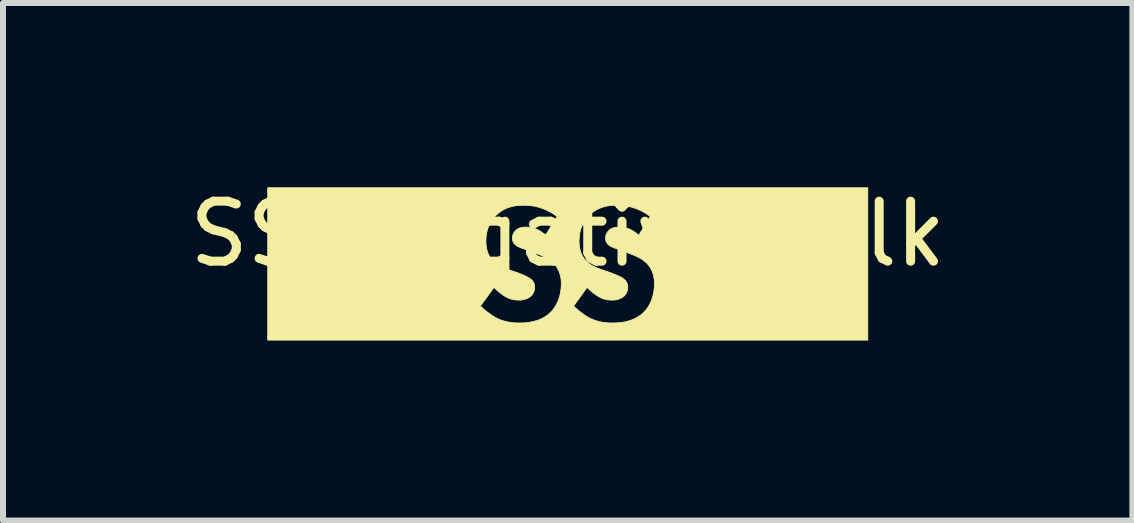
<source format=kicad_pcb>
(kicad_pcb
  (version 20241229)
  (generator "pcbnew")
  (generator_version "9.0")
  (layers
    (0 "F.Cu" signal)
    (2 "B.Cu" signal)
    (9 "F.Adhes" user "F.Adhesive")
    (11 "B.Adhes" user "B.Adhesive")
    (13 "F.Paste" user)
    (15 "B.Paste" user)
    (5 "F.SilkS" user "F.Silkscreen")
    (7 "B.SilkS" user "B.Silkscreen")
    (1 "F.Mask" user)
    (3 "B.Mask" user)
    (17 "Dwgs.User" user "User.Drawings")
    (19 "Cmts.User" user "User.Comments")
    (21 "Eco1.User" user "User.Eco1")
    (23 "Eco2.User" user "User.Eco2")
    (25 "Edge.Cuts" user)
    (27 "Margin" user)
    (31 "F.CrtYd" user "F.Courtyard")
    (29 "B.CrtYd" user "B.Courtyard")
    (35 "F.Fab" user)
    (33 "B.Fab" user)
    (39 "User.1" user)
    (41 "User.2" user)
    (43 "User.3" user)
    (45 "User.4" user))
  (footprint "SS_Negative_Silk"
    (layer "F.Cu")
    (at 6.411 1.348)
    (property "Reference" "SS_Negative_Silk" (at 0 -0.5 0) (unlocked yes) (layer "F.SilkS") (effects (font (size 1 1) (thickness 0.15))))
    (fp_poly (pts (xy 5.001 1.27) (xy -5 1.27) (xy -5 0.702) (xy -1.455 0.702) (xy -1.426 0.729) (xy -1.395 0.757) (xy -1.362 0.785) (xy -1.326 0.812) (xy -1.29 0.839) (xy -1.271 0.852) (xy -1.253 0.864) (xy -1.234 0.875) (xy -1.216 0.887) (xy -1.197 0.897) (xy -1.179 0.907) (xy -1.157 0.917) (xy -1.134 0.926) (xy -1.112 0.935) (xy -1.089 0.943) (xy -1.067 0.95) (xy -1.044 0.956) (xy -1.021 0.962) (xy -0.998 0.967) (xy -0.975 0.971) (xy -0.951 0.975) (xy -0.927 0.978) (xy -0.904 0.98) (xy -0.879 0.982) (xy -0.855 0.983) (xy -0.83 0.984) (xy -0.805 0.984) (xy -0.754 0.983) (xy -0.725 0.982) (xy -0.693 0.979) (xy -0.661 0.976) (xy -0.626 0.97) (xy -0.591 0.964) (xy -0.555 0.955) (xy -0.518 0.944) (xy -0.482 0.932) (xy -0.445 0.916) (xy -0.409 0.898) (xy -0.373 0.877) (xy -0.355 0.865) (xy -0.338 0.853) (xy -0.321 0.839) (xy -0.305 0.825) (xy -0.289 0.81) (xy -0.273 0.794) (xy -0.255 0.774) (xy -0.237 0.752) (xy -0.221 0.729) (xy -0.205 0.705) (xy -0.203 0.702) (xy 0.098 0.702) (xy 0.126 0.729) (xy 0.157 0.757) (xy 0.191 0.785) (xy 0.226 0.812) (xy 0.262 0.839) (xy 0.281 0.852) (xy 0.3 0.864) (xy 0.318 0.875) (xy 0.337 0.887) (xy 0.355 0.897) (xy 0.373 0.907) (xy 0.395 0.917) (xy 0.418 0.926) (xy 0.44 0.935) (xy 0.463 0.943) (xy 0.486 0.95) (xy 0.508 0.956) (xy 0.531 0.962) (xy 0.554 0.967) (xy 0.578 0.971) (xy 0.601 0.975) (xy 0.625 0.978) (xy 0.649 0.98) (xy 0.673 0.982) (xy 0.697 0.983) (xy 0.722 0.984) (xy 0.747 0.984) (xy 0.798 0.983) (xy 0.828 0.982) (xy 0.859 0.979) (xy 0.892 0.976) (xy 0.926 0.97) (xy 0.961 0.964) (xy 0.997 0.955) (xy 1.034 0.944) (xy 1.071 0.932) (xy 1.107 0.916) (xy 1.144 0.898) (xy 1.179 0.877) (xy 1.197 0.865) (xy 1.214 0.853) (xy 1.231 0.839) (xy 1.247 0.825) (xy 1.264 0.81) (xy 1.279 0.794) (xy 1.298 0.774) (xy 1.315 0.752) (xy 1.331 0.729) (xy 1.347 0.705) (xy 1.362 0.679) (xy 1.375 0.653) (xy 1.388 0.625) (xy 1.399 0.595) (xy 1.41 0.565) (xy 1.419 0.534) (xy 1.427 0.501) (xy 1.433 0.468) (xy 1.438 0.434) (xy 1.442 0.4) (xy 1.444 0.364) (xy 1.445 0.328) (xy 1.445 0.307) (xy 1.444 0.286) (xy 1.442 0.264) (xy 1.439 0.242) (xy 1.435 0.22) (xy 1.431 0.197) (xy 1.425 0.175) (xy 1.417 0.152) (xy 1.409 0.13) (xy 1.399 0.107) (xy 1.388 0.085) (xy 1.375 0.063) (xy 1.361 0.041) (xy 1.345 0.02) (xy 1.327 -0.001) (xy 1.308 -0.021) (xy 1.293 -0.034) (xy 1.279 -0.046) (xy 1.263 -0.058) (xy 1.248 -0.069) (xy 1.231 -0.08) (xy 1.215 -0.09) (xy 1.198 -0.099) (xy 1.182 -0.108) (xy 1.165 -0.117) (xy 1.148 -0.125) (xy 1.114 -0.14) (xy 1.081 -0.153) (xy 1.05 -0.166) (xy 0.909 -0.219) (xy 0.825 -0.249) (xy 0.791 -0.261) (xy 0.775 -0.267) (xy 0.76 -0.273) (xy 0.747 -0.279) (xy 0.734 -0.285) (xy 0.722 -0.29) (xy 0.711 -0.297) (xy 0.701 -0.303) (xy 0.691 -0.31) (xy 0.681 -0.317) (xy 0.673 -0.325) (xy 0.668 -0.33) (xy 0.663 -0.335) (xy 0.658 -0.341) (xy 0.654 -0.347) (xy 0.65 -0.352) (xy 0.647 -0.358) (xy 0.644 -0.365) (xy 0.641 -0.371) (xy 0.638 -0.377) (xy 0.636 -0.384) (xy 0.634 -0.391) (xy 0.633 -0.398) (xy 0.632 -0.406) (xy 0.631 -0.414) (xy 0.63 -0.422) (xy 0.63 -0.43) (xy 0.631 -0.44) (xy 0.631 -0.449) (xy 0.632 -0.457) (xy 0.634 -0.466) (xy 0.636 -0.474) (xy 0.639 -0.483) (xy 0.641 -0.491) (xy 0.644 -0.498) (xy 0.648 -0.506) (xy 0.652 -0.513) (xy 0.656 -0.52) (xy 0.66 -0.527) (xy 0.665 -0.533) (xy 0.669 -0.539) (xy 0.675 -0.545) (xy 0.68 -0.55) (xy 0.684 -0.555) (xy 0.689 -0.56) (xy 0.694 -0.565) (xy 0.699 -0.569) (xy 0.71 -0.577) (xy 0.721 -0.584) (xy 0.732 -0.59) (xy 0.744 -0.595) (xy 0.755 -0.6) (xy 0.767 -0.603) (xy 0.78 -0.606) (xy 0.792 -0.609) (xy 0.804 -0.61) (xy 0.816 -0.612) (xy 0.828 -0.613) (xy 0.84 -0.613) (xy 0.863 -0.614) (xy 0.887 -0.613) (xy 0.901 -0.612) (xy 0.917 -0.611) (xy 0.933 -0.608) (xy 0.951 -0.605) (xy 0.97 -0.6) (xy 0.99 -0.594) (xy 1.011 -0.587) (xy 1.033 -0.578) (xy 1.056 -0.567) (xy 1.079 -0.554) (xy 1.104 -0.539) (xy 1.129 -0.522) (xy 1.154 -0.502) (xy 1.181 -0.48) (xy 1.181 -0.473) (xy 1.375 -0.79) (xy 1.334 -0.82) (xy 1.293 -0.846) (xy 1.253 -0.869) (xy 1.214 -0.889) (xy 1.175 -0.907) (xy 1.137 -0.922) (xy 1.099 -0.935) (xy 1.063 -0.946) (xy 1.028 -0.955) (xy 0.993 -0.962) (xy 0.96 -0.967) (xy 0.929 -0.971) (xy 0.898 -0.974) (xy 0.87 -0.976) (xy 0.817 -0.977) (xy 0.784 -0.977) (xy 0.752 -0.975) (xy 0.72 -0.973) (xy 0.689 -0.969) (xy 0.658 -0.964) (xy 0.628 -0.958) (xy 0.598 -0.95) (xy 0.569 -0.941) (xy 0.54 -0.93) (xy 0.511 -0.918) (xy 0.484 -0.904) (xy 0.456 -0.888) (xy 0.429 -0.87) (xy 0.403 -0.85) (xy 0.377 -0.828) (xy 0.352 -0.804) (xy 0.331 -0.782) (xy 0.312 -0.76) (xy 0.295 -0.736) (xy 0.279 -0.712) (xy 0.264 -0.688) (xy 0.251 -0.663) (xy 0.239 -0.637) (xy 0.228 -0.611) (xy 0.219 -0.584) (xy 0.211 -0.557) (xy 0.204 -0.529) (xy 0.199 -0.501) (xy 0.195 -0.472) (xy 0.192 -0.442) (xy 0.19 -0.412) (xy 0.189 -0.381) (xy 0.19 -0.345) (xy 0.191 -0.326) (xy 0.193 -0.306) (xy 0.196 -0.286) (xy 0.199 -0.265) (xy 0.203 -0.244) (xy 0.209 -0.222) (xy 0.215 -0.201) (xy 0.223 -0.179) (xy 0.232 -0.157) (xy 0.243 -0.136) (xy 0.255 -0.115) (xy 0.269 -0.094) (xy 0.285 -0.073) (xy 0.302 -0.053) (xy 0.316 -0.039) (xy 0.33 -0.026) (xy 0.345 -0.013) (xy 0.36 -0.001) (xy 0.376 0.009) (xy 0.393 0.02) (xy 0.409 0.029) (xy 0.426 0.038) (xy 0.443 0.047) (xy 0.461 0.055) (xy 0.495 0.07) (xy 0.53 0.083) (xy 0.563 0.095) (xy 0.719 0.148) (xy 0.768 0.168) (xy 0.798 0.18) (xy 0.829 0.193) (xy 0.86 0.207) (xy 0.875 0.215) (xy 0.89 0.223) (xy 0.903 0.23) (xy 0.916 0.238) (xy 0.927 0.246) (xy 0.937 0.254) (xy 0.944 0.26) (xy 0.951 0.266) (xy 0.958 0.273) (xy 0.964 0.279) (xy 0.969 0.286) (xy 0.974 0.294) (xy 0.979 0.301) (xy 0.984 0.309) (xy 0.987 0.317) (xy 0.991 0.326) (xy 0.994 0.335) (xy 0.996 0.345) (xy 0.998 0.355) (xy 1 0.365) (xy 1 0.376) (xy 1.001 0.388) (xy 1.001 0.395) (xy 1 0.401) (xy 1 0.407) (xy 0.999 0.414) (xy 0.999 0.42) (xy 0.998 0.426) (xy 0.996 0.431) (xy 0.995 0.437) (xy 0.994 0.443) (xy 0.992 0.448) (xy 0.989 0.459) (xy 0.985 0.469) (xy 0.98 0.478) (xy 0.976 0.488) (xy 0.97 0.496) (xy 0.965 0.505) (xy 0.959 0.513) (xy 0.953 0.52) (xy 0.947 0.527) (xy 0.94 0.534) (xy 0.934 0.54) (xy 0.922 0.549) (xy 0.909 0.558) (xy 0.897 0.565) (xy 0.884 0.572) (xy 0.871 0.578) (xy 0.858 0.583) (xy 0.845 0.588) (xy 0.832 0.591) (xy 0.819 0.595) (xy 0.807 0.597) (xy 0.794 0.599) (xy 0.782 0.601) (xy 0.77 0.602) (xy 0.758 0.603) (xy 0.747 0.603) (xy 0.736 0.603) (xy 0.72 0.603) (xy 0.704 0.602) (xy 0.688 0.601) (xy 0.672 0.599) (xy 0.657 0.597) (xy 0.642 0.594) (xy 0.627 0.591) (xy 0.613 0.587) (xy 0.598 0.583) (xy 0.584 0.578) (xy 0.57 0.572) (xy 0.556 0.566) (xy 0.542 0.559) (xy 0.528 0.552) (xy 0.514 0.545) (xy 0.5 0.536) (xy 0.49 0.53) (xy 0.479 0.523) (xy 0.468 0.515) (xy 0.457 0.507) (xy 0.434 0.49) (xy 0.41 0.471) (xy 0.387 0.451) (xy 0.364 0.431) (xy 0.343 0.411) (xy 0.323 0.392) (xy 0.098 0.702) (xy -0.203 0.702) (xy -0.191 0.679) (xy -0.177 0.653) (xy -0.164 0.625) (xy -0.153 0.595) (xy -0.143 0.565) (xy -0.133 0.534) (xy -0.126 0.501) (xy -0.119 0.468) (xy -0.114 0.434) (xy -0.11 0.4) (xy -0.108 0.364) (xy -0.107 0.328) (xy -0.107 0.307) (xy -0.108 0.286) (xy -0.11 0.264) (xy -0.113 0.242) (xy -0.117 0.22) (xy -0.122 0.197) (xy -0.128 0.175) (xy -0.135 0.152) (xy -0.143 0.13) (xy -0.153 0.107) (xy -0.164 0.085) (xy -0.177 0.063) (xy -0.191 0.041) (xy -0.207 0.02) (xy -0.225 -0.001) (xy -0.245 -0.021) (xy -0.259 -0.034) (xy -0.274 -0.046) (xy -0.289 -0.058) (xy -0.305 -0.069) (xy -0.321 -0.08) (xy -0.337 -0.09) (xy -0.354 -0.099) (xy -0.371 -0.108) (xy -0.388 -0.117) (xy -0.404 -0.125) (xy -0.438 -0.14) (xy -0.471 -0.153) (xy -0.502 -0.166) (xy -0.643 -0.219) (xy -0.727 -0.249) (xy -0.762 -0.261) (xy -0.777 -0.267) (xy -0.792 -0.273) (xy -0.805 -0.279) (xy -0.818 -0.285) (xy -0.83 -0.29) (xy -0.841 -0.297) (xy -0.852 -0.303) (xy -0.861 -0.31) (xy -0.871 -0.317) (xy -0.88 -0.325) (xy -0.885 -0.33) (xy -0.889 -0.335) (xy -0.894 -0.341) (xy -0.898 -0.347) (xy -0.902 -0.352) (xy -0.905 -0.358) (xy -0.908 -0.365) (xy -0.911 -0.371) (xy -0.914 -0.377) (xy -0.916 -0.384) (xy -0.918 -0.391) (xy -0.919 -0.398) (xy -0.92 -0.406) (xy -0.921 -0.414) (xy -0.922 -0.422) (xy -0.922 -0.43) (xy -0.922 -0.44) (xy -0.921 -0.449) (xy -0.92 -0.457) (xy -0.918 -0.466) (xy -0.916 -0.474) (xy -0.914 -0.483) (xy -0.911 -0.491) (xy -0.908 -0.498) (xy -0.904 -0.506) (xy -0.901 -0.513) (xy -0.896 -0.52) (xy -0.892 -0.527) (xy -0.888 -0.533) (xy -0.883 -0.539) (xy -0.878 -0.545) (xy -0.873 -0.55) (xy -0.868 -0.555) (xy -0.863 -0.56) (xy -0.858 -0.565) (xy -0.853 -0.569) (xy -0.842 -0.577) (xy -0.831 -0.584) (xy -0.82 -0.59) (xy -0.809 -0.595) (xy -0.797 -0.6) (xy -0.785 -0.603) (xy -0.773 -0.606) (xy -0.76 -0.609) (xy -0.748 -0.61) (xy -0.736 -0.612) (xy -0.724 -0.613) (xy -0.712 -0.613) (xy -0.689 -0.614) (xy -0.665 -0.613) (xy -0.651 -0.612) (xy -0.635 -0.611) (xy -0.619 -0.608) (xy -0.601 -0.605) (xy -0.582 -0.6) (xy -0.562 -0.594) (xy -0.541 -0.587) (xy -0.519 -0.578) (xy -0.496 -0.567) (xy -0.473 -0.554) (xy -0.448 -0.539) (xy -0.423 -0.522) (xy -0.398 -0.502) (xy -0.372 -0.48) (xy -0.372 -0.473) (xy -0.178 -0.79) (xy -0.218 -0.82) (xy -0.259 -0.846) (xy -0.299 -0.869) (xy -0.339 -0.889) (xy -0.377 -0.907) (xy -0.416 -0.922) (xy -0.453 -0.935) (xy -0.489 -0.946) (xy -0.525 -0.955) (xy -0.559 -0.962) (xy -0.592 -0.967) (xy -0.624 -0.971) (xy -0.654 -0.974) (xy -0.682 -0.976) (xy -0.735 -0.977) (xy -0.768 -0.977) (xy -0.8 -0.975) (xy -0.832 -0.973) (xy -0.863 -0.969) (xy -0.894 -0.964) (xy -0.924 -0.958) (xy -0.954 -0.95) (xy -0.984 -0.941) (xy -1.012 -0.93) (xy -1.041 -0.918) (xy -1.069 -0.904) (xy -1.096 -0.888) (xy -1.123 -0.87) (xy -1.149 -0.85) (xy -1.175 -0.828) (xy -1.201 -0.804) (xy -1.221 -0.782) (xy -1.24 -0.76) (xy -1.257 -0.736) (xy -1.274 -0.712) (xy -1.288 -0.688) (xy -1.302 -0.663) (xy -1.313 -0.637) (xy -1.324 -0.611) (xy -1.333 -0.584) (xy -1.341 -0.557) (xy -1.348 -0.529) (xy -1.353 -0.501) (xy -1.358 -0.472) (xy -1.361 -0.442) (xy -1.362 -0.412) (xy -1.363 -0.381) (xy -1.362 -0.345) (xy -1.361 -0.326) (xy -1.359 -0.306) (xy -1.357 -0.286) (xy -1.353 -0.265) (xy -1.349 -0.244) (xy -1.343 -0.222) (xy -1.337 -0.201) (xy -1.329 -0.179) (xy -1.32 -0.157) (xy -1.309 -0.136) (xy -1.297 -0.115) (xy -1.283 -0.094) (xy -1.268 -0.073) (xy -1.25 -0.053) (xy -1.236 -0.039) (xy -1.222 -0.026) (xy -1.207 -0.013) (xy -1.192 -0.001) (xy -1.176 0.009) (xy -1.16 0.02) (xy -1.143 0.029) (xy -1.126 0.038) (xy -1.109 0.047) (xy -1.092 0.055) (xy -1.057 0.07) (xy -1.023 0.083) (xy -0.989 0.095) (xy -0.834 0.148) (xy -0.784 0.168) (xy -0.754 0.18) (xy -0.723 0.193) (xy -0.692 0.207) (xy -0.677 0.215) (xy -0.663 0.223) (xy -0.649 0.23) (xy -0.636 0.238) (xy -0.625 0.246) (xy -0.615 0.254) (xy -0.608 0.26) (xy -0.601 0.266) (xy -0.595 0.273) (xy -0.589 0.279) (xy -0.583 0.286) (xy -0.578 0.294) (xy -0.573 0.301) (xy -0.569 0.309) (xy -0.565 0.317) (xy -0.561 0.326) (xy -0.558 0.335) (xy -0.556 0.345) (xy -0.554 0.355) (xy -0.553 0.365) (xy -0.552 0.376) (xy -0.551 0.388) (xy -0.552 0.395) (xy -0.552 0.401) (xy -0.552 0.407) (xy -0.553 0.414) (xy -0.554 0.42) (xy -0.555 0.426) (xy -0.556 0.431) (xy -0.557 0.437) (xy -0.558 0.443) (xy -0.56 0.448) (xy -0.563 0.459) (xy -0.567 0.469) (xy -0.572 0.478) (xy -0.577 0.488) (xy -0.582 0.496) (xy -0.587 0.505) (xy -0.593 0.513) (xy -0.599 0.52) (xy -0.605 0.527) (xy -0.612 0.534) (xy -0.619 0.54) (xy -0.631 0.549) (xy -0.643 0.558) (xy -0.655 0.565) (xy -0.668 0.572) (xy -0.681 0.578) (xy -0.694 0.583) (xy -0.707 0.588) (xy -0.72 0.591) (xy -0.733 0.595) (xy -0.745 0.597) (xy -0.758 0.599) (xy -0.77 0.601) (xy -0.782 0.602) (xy -0.794 0.603) (xy -0.805 0.603) (xy -0.816 0.603) (xy -0.832 0.603) (xy -0.848 0.602) (xy -0.864 0.601) (xy -0.88 0.599) (xy -0.895 0.597) (xy -0.91 0.594) (xy -0.925 0.591) (xy -0.94 0.587) (xy -0.954 0.583) (xy -0.968 0.578) (xy -0.983 0.572) (xy -0.997 0.566) (xy -1.011 0.559) (xy -1.025 0.552) (xy -1.039 0.545) (xy -1.052 0.536) (xy -1.063 0.53) (xy -1.073 0.523) (xy -1.084 0.515) (xy -1.095 0.507) (xy -1.118 0.49) (xy -1.142 0.471) (xy -1.165 0.451) (xy -1.188 0.431) (xy -1.209 0.411) (xy -1.229 0.392) (xy -1.455 0.702) (xy -5 0.702) (xy -5 -1.27) (xy 5.001 -1.27)) (stroke (width 0.013) (type solid)) (fill yes) (layer "F.SilkS")))
  (gr_rect
    (start -3 -3)
    (end 15.821 5.625)
    (stroke (width 0.1) (type default))
    (fill no)
    (layer "Edge.Cuts")))
</source>
